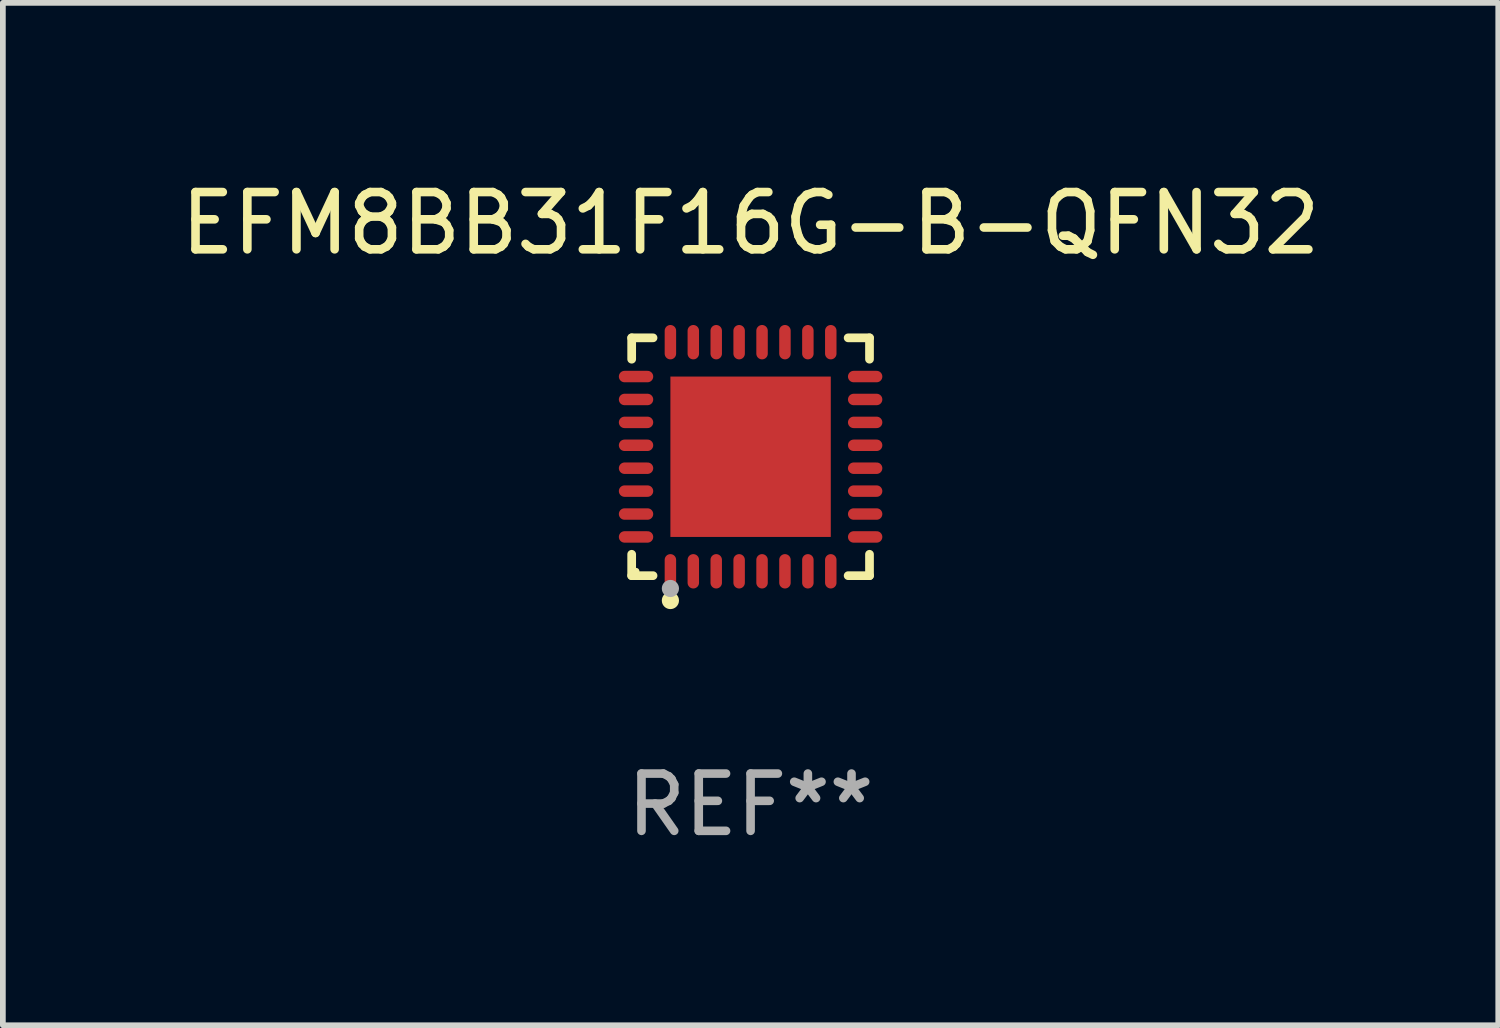
<source format=kicad_pcb>
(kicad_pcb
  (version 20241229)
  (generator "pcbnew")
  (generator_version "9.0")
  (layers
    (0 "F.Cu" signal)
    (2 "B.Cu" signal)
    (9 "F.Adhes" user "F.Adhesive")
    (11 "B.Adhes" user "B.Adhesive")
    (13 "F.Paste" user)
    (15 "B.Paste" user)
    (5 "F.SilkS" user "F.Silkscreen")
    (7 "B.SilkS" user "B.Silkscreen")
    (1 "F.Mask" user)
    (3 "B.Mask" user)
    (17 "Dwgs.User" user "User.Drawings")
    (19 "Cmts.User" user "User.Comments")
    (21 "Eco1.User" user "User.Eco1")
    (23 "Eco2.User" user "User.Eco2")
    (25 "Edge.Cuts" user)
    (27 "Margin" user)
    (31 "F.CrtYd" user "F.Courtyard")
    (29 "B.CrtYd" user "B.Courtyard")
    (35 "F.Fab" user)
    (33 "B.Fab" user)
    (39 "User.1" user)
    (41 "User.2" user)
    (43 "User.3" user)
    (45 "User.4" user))
  (footprint "EFM8BB31F16G-B-QFN32"
    (layer "F.Cu")
    (at 10.054 4.924)
    (property "Reference" "EFM8BB31F16G-B-QFN32" (at 0 -4.076 0) (layer "F.SilkS") (effects (font (size 1 1) (thickness 0.15))))
    (attr through_hole)
    (fp_line (start -2.076 -2.076) (end -1.703 -2.076) (stroke (width 0.152) (type solid)) (layer "F.SilkS"))
    (fp_line (start -2.076 -1.703) (end -2.076 -2.076) (stroke (width 0.152) (type solid)) (layer "F.SilkS"))
    (fp_line (start -2.076 1.703) (end -2.076 2.076) (stroke (width 0.152) (type solid)) (layer "F.SilkS"))
    (fp_line (start -2.076 2.076) (end -1.703 2.076) (stroke (width 0.152) (type solid)) (layer "F.SilkS"))
    (fp_line (start 2.076 -2.076) (end 1.703 -2.076) (stroke (width 0.152) (type solid)) (layer "F.SilkS"))
    (fp_line (start 2.076 -1.703) (end 2.076 -2.076) (stroke (width 0.152) (type solid)) (layer "F.SilkS"))
    (fp_line (start 2.076 1.703) (end 2.076 2.076) (stroke (width 0.152) (type solid)) (layer "F.SilkS"))
    (fp_line (start 2.076 2.076) (end 1.703 2.076) (stroke (width 0.152) (type solid)) (layer "F.SilkS"))
    (fp_circle (center -2 2) (end -1.97 2) (stroke (width 0.06) (type solid)) (fill no) (layer "F.SilkS"))
    (fp_circle (center -1.4 2.51) (end -1.325 2.51) (stroke (width 0.15) (type solid)) (fill no) (layer "F.SilkS"))
    (fp_circle (center -1.4 2.3) (end -1.325 2.3) (stroke (width 0.15) (type solid)) (fill no) (layer "F.Fab"))
    (fp_text user "REF**" (at 0 6.076 0) (layer "F.Fab") (effects (font (size 1 1) (thickness 0.15))))
    (pad "1" smd oval (at -1.4 2) (size 0.2 0.6) (layers "F.Cu" "F.Mask" "F.Paste"))
    (pad "2" smd oval (at -1 2) (size 0.2 0.6) (layers "F.Cu" "F.Mask" "F.Paste"))
    (pad "3" smd oval (at -0.6 2) (size 0.2 0.6) (layers "F.Cu" "F.Mask" "F.Paste"))
    (pad "4" smd oval (at -0.2 2) (size 0.2 0.6) (layers "F.Cu" "F.Mask" "F.Paste"))
    (pad "5" smd oval (at 0.2 2) (size 0.2 0.6) (layers "F.Cu" "F.Mask" "F.Paste"))
    (pad "6" smd oval (at 0.6 2) (size 0.2 0.6) (layers "F.Cu" "F.Mask" "F.Paste"))
    (pad "7" smd oval (at 1 2) (size 0.2 0.6) (layers "F.Cu" "F.Mask" "F.Paste"))
    (pad "8" smd oval (at 1.4 2) (size 0.2 0.6) (layers "F.Cu" "F.Mask" "F.Paste"))
    (pad "9" smd oval (at 2 1.4) (size 0.6 0.2) (layers "F.Cu" "F.Mask" "F.Paste"))
    (pad "10" smd oval (at 2 1) (size 0.6 0.2) (layers "F.Cu" "F.Mask" "F.Paste"))
    (pad "11" smd oval (at 2 0.6) (size 0.6 0.2) (layers "F.Cu" "F.Mask" "F.Paste"))
    (pad "12" smd oval (at 2 0.2) (size 0.6 0.2) (layers "F.Cu" "F.Mask" "F.Paste"))
    (pad "13" smd oval (at 2 -0.2) (size 0.6 0.2) (layers "F.Cu" "F.Mask" "F.Paste"))
    (pad "14" smd oval (at 2 -0.6) (size 0.6 0.2) (layers "F.Cu" "F.Mask" "F.Paste"))
    (pad "15" smd oval (at 2 -1) (size 0.6 0.2) (layers "F.Cu" "F.Mask" "F.Paste"))
    (pad "16" smd oval (at 2 -1.4) (size 0.6 0.2) (layers "F.Cu" "F.Mask" "F.Paste"))
    (pad "17" smd oval (at 1.4 -2) (size 0.2 0.6) (layers "F.Cu" "F.Mask" "F.Paste"))
    (pad "18" smd oval (at 1 -2) (size 0.2 0.6) (layers "F.Cu" "F.Mask" "F.Paste"))
    (pad "19" smd oval (at 0.6 -2) (size 0.2 0.6) (layers "F.Cu" "F.Mask" "F.Paste"))
    (pad "20" smd oval (at 0.2 -2) (size 0.2 0.6) (layers "F.Cu" "F.Mask" "F.Paste"))
    (pad "21" smd oval (at -0.2 -2) (size 0.2 0.6) (layers "F.Cu" "F.Mask" "F.Paste"))
    (pad "22" smd oval (at -0.6 -2) (size 0.2 0.6) (layers "F.Cu" "F.Mask" "F.Paste"))
    (pad "23" smd oval (at -1 -2) (size 0.2 0.6) (layers "F.Cu" "F.Mask" "F.Paste"))
    (pad "24" smd oval (at -1.4 -2) (size 0.2 0.6) (layers "F.Cu" "F.Mask" "F.Paste"))
    (pad "25" smd oval (at -2 -1.4) (size 0.6 0.2) (layers "F.Cu" "F.Mask" "F.Paste"))
    (pad "26" smd oval (at -2 -1) (size 0.6 0.2) (layers "F.Cu" "F.Mask" "F.Paste"))
    (pad "27" smd oval (at -2 -0.6) (size 0.6 0.2) (layers "F.Cu" "F.Mask" "F.Paste"))
    (pad "28" smd oval (at -2 -0.2) (size 0.6 0.2) (layers "F.Cu" "F.Mask" "F.Paste"))
    (pad "29" smd oval (at -2 0.2) (size 0.6 0.2) (layers "F.Cu" "F.Mask" "F.Paste"))
    (pad "30" smd oval (at -2 0.6) (size 0.6 0.2) (layers "F.Cu" "F.Mask" "F.Paste"))
    (pad "31" smd oval (at -2 1) (size 0.6 0.2) (layers "F.Cu" "F.Mask" "F.Paste"))
    (pad "32" smd oval (at -2 1.4) (size 0.6 0.2) (layers "F.Cu" "F.Mask" "F.Paste"))
    (pad "33" smd rect (at 0 0) (size 2.8 2.8) (layers "F.Cu" "F.Mask" "F.Paste")))
  (gr_rect
    (start -3 -3)
    (end 23.107 14.849)
    (stroke (width 0.1) (type default))
    (fill no)
    (layer "Edge.Cuts")))
</source>
